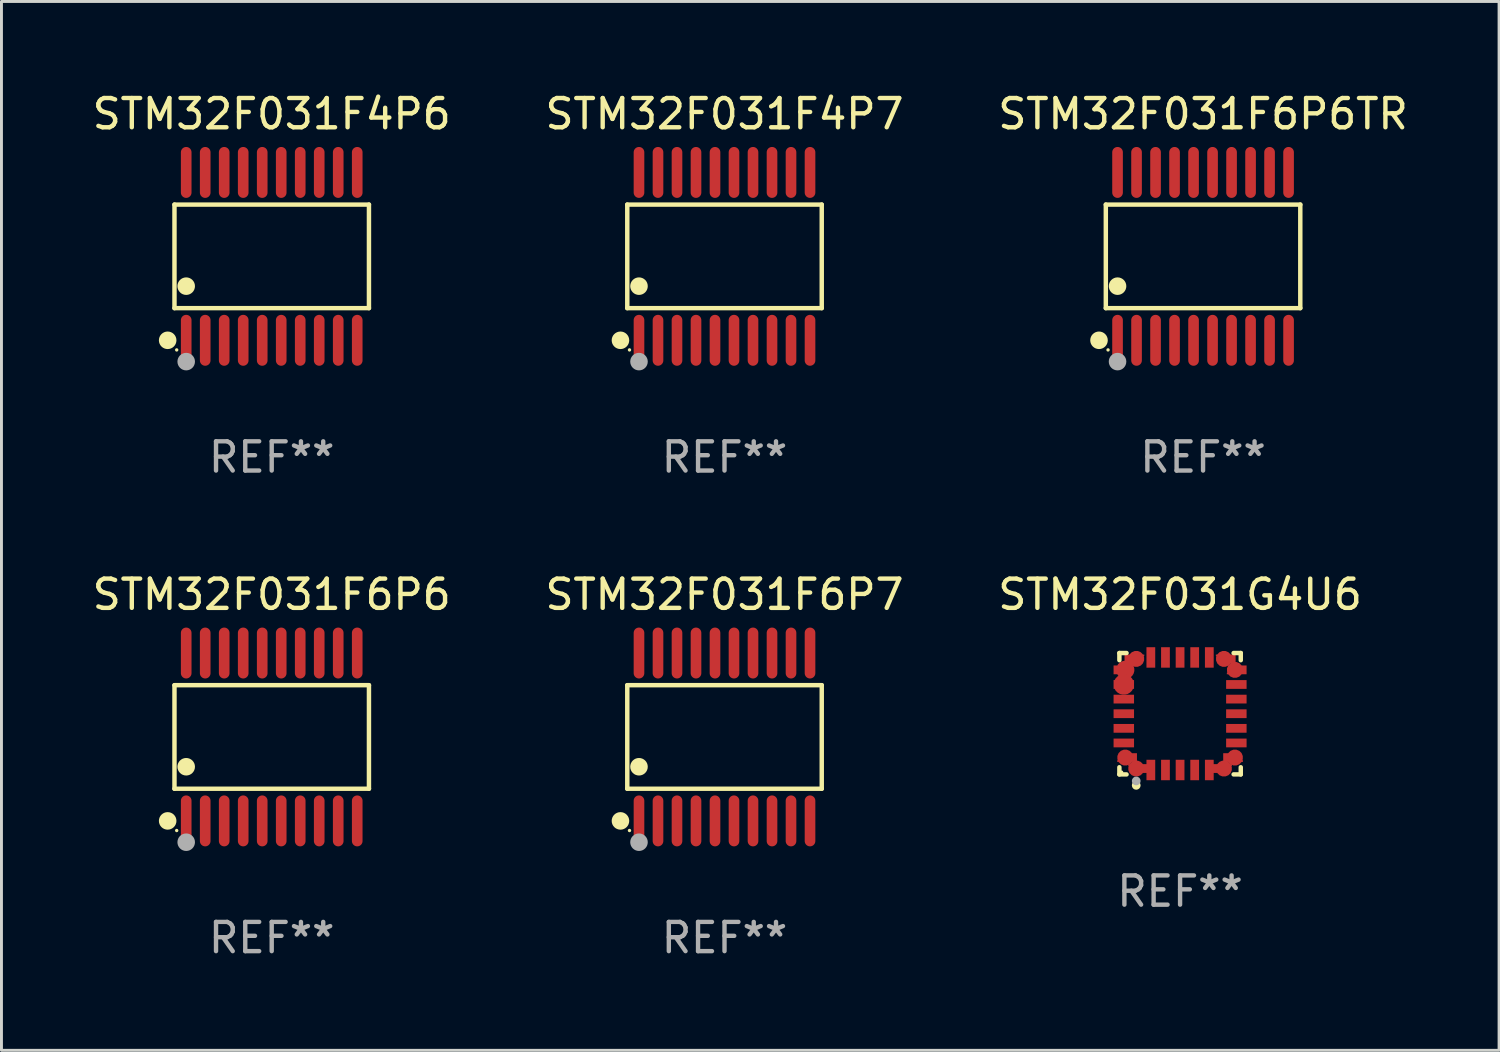
<source format=kicad_pcb>
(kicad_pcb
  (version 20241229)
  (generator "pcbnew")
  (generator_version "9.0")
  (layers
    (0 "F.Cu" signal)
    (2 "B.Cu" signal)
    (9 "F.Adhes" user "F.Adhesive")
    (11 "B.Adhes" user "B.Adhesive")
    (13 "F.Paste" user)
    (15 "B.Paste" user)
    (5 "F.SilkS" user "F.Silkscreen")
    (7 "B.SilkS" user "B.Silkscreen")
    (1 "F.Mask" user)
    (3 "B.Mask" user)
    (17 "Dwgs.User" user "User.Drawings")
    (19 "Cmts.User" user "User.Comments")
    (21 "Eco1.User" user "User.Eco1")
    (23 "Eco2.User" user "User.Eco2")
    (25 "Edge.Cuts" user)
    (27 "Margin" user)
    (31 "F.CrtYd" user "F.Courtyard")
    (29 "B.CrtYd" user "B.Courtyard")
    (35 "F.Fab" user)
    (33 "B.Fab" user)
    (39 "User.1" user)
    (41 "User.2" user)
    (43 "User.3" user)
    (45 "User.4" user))
  (footprint "STM32F031F4P7"
    (layer "F.Cu")
    (at 21.732 5.719)
    (property "Reference" "STM32F031F4P7" (at 0 -4.871 0) (layer "F.SilkS") (effects (font (size 1 1) (thickness 0.15))))
    (attr through_hole)
    (fp_line (start -3.326 -1.771) (end 3.326 -1.771) (stroke (width 0.152) (type solid)) (layer "F.SilkS"))
    (fp_line (start -3.326 1.771) (end -3.326 -1.771) (stroke (width 0.152) (type solid)) (layer "F.SilkS"))
    (fp_line (start 3.326 -1.771) (end 3.326 1.771) (stroke (width 0.152) (type solid)) (layer "F.SilkS"))
    (fp_line (start 3.326 1.771) (end -3.326 1.771) (stroke (width 0.152) (type solid)) (layer "F.SilkS"))
    (fp_circle (center -3.559 2.871) (end -3.409 2.871) (stroke (width 0.3) (type solid)) (fill no) (layer "F.SilkS"))
    (fp_circle (center -3.25 3.2) (end -3.22 3.2) (stroke (width 0.06) (type solid)) (fill no) (layer "F.SilkS"))
    (fp_circle (center -2.925 1.019) (end -2.775 1.019) (stroke (width 0.3) (type solid)) (fill no) (layer "F.SilkS"))
    (fp_circle (center -2.925 3.6) (end -2.775 3.6) (stroke (width 0.3) (type solid)) (fill no) (layer "F.Fab"))
    (fp_text user "REF**" (at 0 6.871 0) (layer "F.Fab") (effects (font (size 1 1) (thickness 0.15))))
    (pad "1" smd oval (at -2.925 2.871) (size 0.364 1.742) (layers "F.Cu" "F.Mask" "F.Paste"))
    (pad "2" smd oval (at -2.275 2.871) (size 0.364 1.742) (layers "F.Cu" "F.Mask" "F.Paste"))
    (pad "3" smd oval (at -1.625 2.871) (size 0.364 1.742) (layers "F.Cu" "F.Mask" "F.Paste"))
    (pad "4" smd oval (at -0.975 2.871) (size 0.364 1.742) (layers "F.Cu" "F.Mask" "F.Paste"))
    (pad "5" smd oval (at -0.325 2.871) (size 0.364 1.742) (layers "F.Cu" "F.Mask" "F.Paste"))
    (pad "6" smd oval (at 0.325 2.871) (size 0.364 1.742) (layers "F.Cu" "F.Mask" "F.Paste"))
    (pad "7" smd oval (at 0.975 2.871) (size 0.364 1.742) (layers "F.Cu" "F.Mask" "F.Paste"))
    (pad "8" smd oval (at 1.625 2.871) (size 0.364 1.742) (layers "F.Cu" "F.Mask" "F.Paste"))
    (pad "9" smd oval (at 2.275 2.871) (size 0.364 1.742) (layers "F.Cu" "F.Mask" "F.Paste"))
    (pad "10" smd oval (at 2.925 2.871) (size 0.364 1.742) (layers "F.Cu" "F.Mask" "F.Paste"))
    (pad "11" smd oval (at 2.925 -2.871) (size 0.364 1.742) (layers "F.Cu" "F.Mask" "F.Paste"))
    (pad "12" smd oval (at 2.275 -2.871) (size 0.364 1.742) (layers "F.Cu" "F.Mask" "F.Paste"))
    (pad "13" smd oval (at 1.625 -2.871) (size 0.364 1.742) (layers "F.Cu" "F.Mask" "F.Paste"))
    (pad "14" smd oval (at 0.975 -2.871) (size 0.364 1.742) (layers "F.Cu" "F.Mask" "F.Paste"))
    (pad "15" smd oval (at 0.325 -2.871) (size 0.364 1.742) (layers "F.Cu" "F.Mask" "F.Paste"))
    (pad "16" smd oval (at -0.325 -2.871) (size 0.364 1.742) (layers "F.Cu" "F.Mask" "F.Paste"))
    (pad "17" smd oval (at -0.975 -2.871) (size 0.364 1.742) (layers "F.Cu" "F.Mask" "F.Paste"))
    (pad "18" smd oval (at -1.625 -2.871) (size 0.364 1.742) (layers "F.Cu" "F.Mask" "F.Paste"))
    (pad "19" smd oval (at -2.275 -2.871) (size 0.364 1.742) (layers "F.Cu" "F.Mask" "F.Paste"))
    (pad "20" smd oval (at -2.925 -2.871) (size 0.364 1.742) (layers "F.Cu" "F.Mask" "F.Paste")))
  (footprint "STM32F031G4U6"
    (layer "F.Cu")
    (at 37.315 21.363)
    (property "Reference" "STM32F031G4U6" (at 0 -4.076 0) (layer "F.SilkS") (effects (font (size 1 1) (thickness 0.15))))
    (attr through_hole)
    (fp_line (start -2.076 -2.076) (end -1.831 -2.076) (stroke (width 0.152) (type solid)) (layer "F.SilkS"))
    (fp_line (start -2.076 -1.831) (end -2.076 -2.076) (stroke (width 0.152) (type solid)) (layer "F.SilkS"))
    (fp_line (start -2.076 1.831) (end -2.076 2.076) (stroke (width 0.152) (type solid)) (layer "F.SilkS"))
    (fp_line (start -2.076 2.076) (end -1.831 2.076) (stroke (width 0.152) (type solid)) (layer "F.SilkS"))
    (fp_line (start 2.076 -2.076) (end 1.831 -2.076) (stroke (width 0.152) (type solid)) (layer "F.SilkS"))
    (fp_line (start 2.076 -1.831) (end 2.076 -2.076) (stroke (width 0.152) (type solid)) (layer "F.SilkS"))
    (fp_line (start 2.076 1.831) (end 2.076 2.076) (stroke (width 0.152) (type solid)) (layer "F.SilkS"))
    (fp_line (start 2.076 2.076) (end 1.831 2.076) (stroke (width 0.152) (type solid)) (layer "F.SilkS"))
    (fp_circle (center -2 2) (end -1.97 2) (stroke (width 0.06) (type solid)) (fill no) (layer "F.SilkS"))
    (fp_circle (center -1.5 2.45) (end -1.425 2.45) (stroke (width 0.15) (type solid)) (fill no) (layer "F.SilkS"))
    (fp_circle (center -1.5 2.3) (end -1.425 2.3) (stroke (width 0.15) (type solid)) (fill no) (layer "F.Fab"))
    (fp_text user "REF**" (at 0 6.076 0) (layer "F.Fab") (effects (font (size 1 1) (thickness 0.15))))
    (pad "1" smd custom (at -1.5 1.875 90) (size 0.55 0.3) (layers "F.Cu" "F.Mask" "F.Paste") (options (anchor circle)) (primitives (gr_poly (pts (xy -0.15 -0.025) (xy -0.15 0.4) (xy 0.15 0.4) (xy 0.15 -0.275) (xy 0.1 -0.275)) (width 0) (fill yes))))
    (pad "2" smd rect (at -1 1.925) (size 0.3 0.7) (layers "F.Cu" "F.Mask" "F.Paste"))
    (pad "3" smd rect (at -0.5 1.925) (size 0.3 0.7) (layers "F.Cu" "F.Mask" "F.Paste"))
    (pad "4" smd rect (at 0 1.925) (size 0.3 0.7) (layers "F.Cu" "F.Mask" "F.Paste"))
    (pad "5" smd rect (at 0.5 1.925) (size 0.3 0.7) (layers "F.Cu" "F.Mask" "F.Paste"))
    (pad "6" smd rect (at 1 1.925) (size 0.3 0.7) (layers "F.Cu" "F.Mask" "F.Paste"))
    (pad "7" smd custom (at 1.5 1.875 270) (size 0.55 0.3) (layers "F.Cu" "F.Mask" "F.Paste") (options (anchor circle)) (primitives (gr_poly (pts (xy 0.15 -0.025) (xy 0.15 0.4) (xy -0.15 0.4) (xy -0.15 -0.275) (xy -0.1 -0.275)) (width 0) (fill yes))))
    (pad "8" smd custom (at 1.875 1.5 180) (size 0.55 0.3) (layers "F.Cu" "F.Mask" "F.Paste") (options (anchor circle)) (primitives (gr_poly (pts (xy -0.025 0.15) (xy 0.4 0.15) (xy 0.4 -0.15) (xy -0.275 -0.15) (xy -0.275 -0.1)) (width 0) (fill yes))))
    (pad "9" smd rect (at 1.925 1) (size 0.7 0.3) (layers "F.Cu" "F.Mask" "F.Paste"))
    (pad "10" smd rect (at 1.925 0.5) (size 0.7 0.3) (layers "F.Cu" "F.Mask" "F.Paste"))
    (pad "11" smd rect (at 1.925 0) (size 0.7 0.3) (layers "F.Cu" "F.Mask" "F.Paste"))
    (pad "12" smd rect (at 1.925 -0.5) (size 0.7 0.3) (layers "F.Cu" "F.Mask" "F.Paste"))
    (pad "13" smd rect (at 1.925 -1) (size 0.7 0.3) (layers "F.Cu" "F.Mask" "F.Paste"))
    (pad "14" smd custom (at 1.875 -1.5) (size 0.55 0.3) (layers "F.Cu" "F.Mask" "F.Paste") (options (anchor circle)) (primitives (gr_poly (pts (xy -0.025 -0.15) (xy 0.4 -0.15) (xy 0.4 0.15) (xy -0.275 0.15) (xy -0.275 0.1)) (width 0) (fill yes))))
    (pad "15" smd custom (at 1.5 -1.875 270) (size 0.55 0.3) (layers "F.Cu" "F.Mask" "F.Paste") (options (anchor circle)) (primitives (gr_poly (pts (xy 0.15 0.025) (xy 0.15 -0.4) (xy -0.15 -0.4) (xy -0.15 0.275) (xy -0.1 0.275)) (width 0) (fill yes))))
    (pad "16" smd rect (at 1 -1.925) (size 0.3 0.7) (layers "F.Cu" "F.Mask" "F.Paste"))
    (pad "17" smd rect (at 0.5 -1.925) (size 0.3 0.7) (layers "F.Cu" "F.Mask" "F.Paste"))
    (pad "18" smd rect (at 0 -1.925) (size 0.3 0.7) (layers "F.Cu" "F.Mask" "F.Paste"))
    (pad "19" smd rect (at -0.5 -1.925) (size 0.3 0.7) (layers "F.Cu" "F.Mask" "F.Paste"))
    (pad "20" smd rect (at -1 -1.925) (size 0.3 0.7) (layers "F.Cu" "F.Mask" "F.Paste"))
    (pad "21" smd custom (at -1.5 -1.875 90) (size 0.55 0.3) (layers "F.Cu" "F.Mask" "F.Paste") (options (anchor circle)) (primitives (gr_poly (pts (xy -0.15 0.025) (xy -0.15 -0.4) (xy 0.15 -0.4) (xy 0.15 0.275) (xy 0.1 0.275)) (width 0) (fill yes))))
    (pad "22" smd custom (at -1.875 -1.5) (size 0.625 0.3) (layers "F.Cu" "F.Mask" "F.Paste") (options (anchor circle)) (primitives (gr_poly (pts (xy 0.025 -0.15) (xy -0.4 -0.15) (xy -0.4 0.15) (xy 0.275 0.15) (xy 0.275 0.1)) (width 0) (fill yes))))
    (pad "23" smd custom (at -1.925 -1) (size 0.7 0.3) (layers "F.Cu" "F.Mask" "F.Paste") (options (anchor circle)) (primitives (gr_poly (pts (xy -0.35 -0.15) (xy 0.35 -0.15) (xy 0.35 0.15) (xy -0.35 0.15)) (width 0) (fill yes))))
    (pad "24" smd rect (at -1.925 -0.5) (size 0.7 0.3) (layers "F.Cu" "F.Mask" "F.Paste"))
    (pad "25" smd rect (at -1.925 0) (size 0.7 0.3) (layers "F.Cu" "F.Mask" "F.Paste"))
    (pad "26" smd rect (at -1.925 0.5) (size 0.7 0.3) (layers "F.Cu" "F.Mask" "F.Paste"))
    (pad "27" smd rect (at -1.925 1) (size 0.7 0.3) (layers "F.Cu" "F.Mask" "F.Paste"))
    (pad "28" smd custom (at -1.875 1.5 180) (size 0.55 0.3) (layers "F.Cu" "F.Mask" "F.Paste") (options (anchor circle)) (primitives (gr_poly (pts (xy 0.025 0.15) (xy -0.4 0.15) (xy -0.4 -0.15) (xy 0.275 -0.15) (xy 0.275 -0.1)) (width 0) (fill yes)))))
  (footprint "STM32F031F6P6"
    (layer "F.Cu")
    (at 6.244 22.158)
    (property "Reference" "STM32F031F6P6" (at 0 -4.871 0) (layer "F.SilkS") (effects (font (size 1 1) (thickness 0.15))))
    (attr through_hole)
    (fp_line (start -3.326 -1.771) (end 3.326 -1.771) (stroke (width 0.152) (type solid)) (layer "F.SilkS"))
    (fp_line (start -3.326 1.771) (end -3.326 -1.771) (stroke (width 0.152) (type solid)) (layer "F.SilkS"))
    (fp_line (start 3.326 -1.771) (end 3.326 1.771) (stroke (width 0.152) (type solid)) (layer "F.SilkS"))
    (fp_line (start 3.326 1.771) (end -3.326 1.771) (stroke (width 0.152) (type solid)) (layer "F.SilkS"))
    (fp_circle (center -3.559 2.871) (end -3.409 2.871) (stroke (width 0.3) (type solid)) (fill no) (layer "F.SilkS"))
    (fp_circle (center -3.25 3.2) (end -3.22 3.2) (stroke (width 0.06) (type solid)) (fill no) (layer "F.SilkS"))
    (fp_circle (center -2.925 1.019) (end -2.775 1.019) (stroke (width 0.3) (type solid)) (fill no) (layer "F.SilkS"))
    (fp_circle (center -2.925 3.6) (end -2.775 3.6) (stroke (width 0.3) (type solid)) (fill no) (layer "F.Fab"))
    (fp_text user "REF**" (at 0 6.871 0) (layer "F.Fab") (effects (font (size 1 1) (thickness 0.15))))
    (pad "1" smd oval (at -2.925 2.871) (size 0.364 1.742) (layers "F.Cu" "F.Mask" "F.Paste"))
    (pad "2" smd oval (at -2.275 2.871) (size 0.364 1.742) (layers "F.Cu" "F.Mask" "F.Paste"))
    (pad "3" smd oval (at -1.625 2.871) (size 0.364 1.742) (layers "F.Cu" "F.Mask" "F.Paste"))
    (pad "4" smd oval (at -0.975 2.871) (size 0.364 1.742) (layers "F.Cu" "F.Mask" "F.Paste"))
    (pad "5" smd oval (at -0.325 2.871) (size 0.364 1.742) (layers "F.Cu" "F.Mask" "F.Paste"))
    (pad "6" smd oval (at 0.325 2.871) (size 0.364 1.742) (layers "F.Cu" "F.Mask" "F.Paste"))
    (pad "7" smd oval (at 0.975 2.871) (size 0.364 1.742) (layers "F.Cu" "F.Mask" "F.Paste"))
    (pad "8" smd oval (at 1.625 2.871) (size 0.364 1.742) (layers "F.Cu" "F.Mask" "F.Paste"))
    (pad "9" smd oval (at 2.275 2.871) (size 0.364 1.742) (layers "F.Cu" "F.Mask" "F.Paste"))
    (pad "10" smd oval (at 2.925 2.871) (size 0.364 1.742) (layers "F.Cu" "F.Mask" "F.Paste"))
    (pad "11" smd oval (at 2.925 -2.871) (size 0.364 1.742) (layers "F.Cu" "F.Mask" "F.Paste"))
    (pad "12" smd oval (at 2.275 -2.871) (size 0.364 1.742) (layers "F.Cu" "F.Mask" "F.Paste"))
    (pad "13" smd oval (at 1.625 -2.871) (size 0.364 1.742) (layers "F.Cu" "F.Mask" "F.Paste"))
    (pad "14" smd oval (at 0.975 -2.871) (size 0.364 1.742) (layers "F.Cu" "F.Mask" "F.Paste"))
    (pad "15" smd oval (at 0.325 -2.871) (size 0.364 1.742) (layers "F.Cu" "F.Mask" "F.Paste"))
    (pad "16" smd oval (at -0.325 -2.871) (size 0.364 1.742) (layers "F.Cu" "F.Mask" "F.Paste"))
    (pad "17" smd oval (at -0.975 -2.871) (size 0.364 1.742) (layers "F.Cu" "F.Mask" "F.Paste"))
    (pad "18" smd oval (at -1.625 -2.871) (size 0.364 1.742) (layers "F.Cu" "F.Mask" "F.Paste"))
    (pad "19" smd oval (at -2.275 -2.871) (size 0.364 1.742) (layers "F.Cu" "F.Mask" "F.Paste"))
    (pad "20" smd oval (at -2.925 -2.871) (size 0.364 1.742) (layers "F.Cu" "F.Mask" "F.Paste")))
  (footprint "STM32F031F6P7"
    (layer "F.Cu")
    (at 21.732 22.158)
    (property "Reference" "STM32F031F6P7" (at 0 -4.871 0) (layer "F.SilkS") (effects (font (size 1 1) (thickness 0.15))))
    (attr through_hole)
    (fp_line (start -3.326 -1.771) (end 3.326 -1.771) (stroke (width 0.152) (type solid)) (layer "F.SilkS"))
    (fp_line (start -3.326 1.771) (end -3.326 -1.771) (stroke (width 0.152) (type solid)) (layer "F.SilkS"))
    (fp_line (start 3.326 -1.771) (end 3.326 1.771) (stroke (width 0.152) (type solid)) (layer "F.SilkS"))
    (fp_line (start 3.326 1.771) (end -3.326 1.771) (stroke (width 0.152) (type solid)) (layer "F.SilkS"))
    (fp_circle (center -3.559 2.871) (end -3.409 2.871) (stroke (width 0.3) (type solid)) (fill no) (layer "F.SilkS"))
    (fp_circle (center -3.25 3.2) (end -3.22 3.2) (stroke (width 0.06) (type solid)) (fill no) (layer "F.SilkS"))
    (fp_circle (center -2.925 1.019) (end -2.775 1.019) (stroke (width 0.3) (type solid)) (fill no) (layer "F.SilkS"))
    (fp_circle (center -2.925 3.6) (end -2.775 3.6) (stroke (width 0.3) (type solid)) (fill no) (layer "F.Fab"))
    (fp_text user "REF**" (at 0 6.871 0) (layer "F.Fab") (effects (font (size 1 1) (thickness 0.15))))
    (pad "1" smd oval (at -2.925 2.871) (size 0.364 1.742) (layers "F.Cu" "F.Mask" "F.Paste"))
    (pad "2" smd oval (at -2.275 2.871) (size 0.364 1.742) (layers "F.Cu" "F.Mask" "F.Paste"))
    (pad "3" smd oval (at -1.625 2.871) (size 0.364 1.742) (layers "F.Cu" "F.Mask" "F.Paste"))
    (pad "4" smd oval (at -0.975 2.871) (size 0.364 1.742) (layers "F.Cu" "F.Mask" "F.Paste"))
    (pad "5" smd oval (at -0.325 2.871) (size 0.364 1.742) (layers "F.Cu" "F.Mask" "F.Paste"))
    (pad "6" smd oval (at 0.325 2.871) (size 0.364 1.742) (layers "F.Cu" "F.Mask" "F.Paste"))
    (pad "7" smd oval (at 0.975 2.871) (size 0.364 1.742) (layers "F.Cu" "F.Mask" "F.Paste"))
    (pad "8" smd oval (at 1.625 2.871) (size 0.364 1.742) (layers "F.Cu" "F.Mask" "F.Paste"))
    (pad "9" smd oval (at 2.275 2.871) (size 0.364 1.742) (layers "F.Cu" "F.Mask" "F.Paste"))
    (pad "10" smd oval (at 2.925 2.871) (size 0.364 1.742) (layers "F.Cu" "F.Mask" "F.Paste"))
    (pad "11" smd oval (at 2.925 -2.871) (size 0.364 1.742) (layers "F.Cu" "F.Mask" "F.Paste"))
    (pad "12" smd oval (at 2.275 -2.871) (size 0.364 1.742) (layers "F.Cu" "F.Mask" "F.Paste"))
    (pad "13" smd oval (at 1.625 -2.871) (size 0.364 1.742) (layers "F.Cu" "F.Mask" "F.Paste"))
    (pad "14" smd oval (at 0.975 -2.871) (size 0.364 1.742) (layers "F.Cu" "F.Mask" "F.Paste"))
    (pad "15" smd oval (at 0.325 -2.871) (size 0.364 1.742) (layers "F.Cu" "F.Mask" "F.Paste"))
    (pad "16" smd oval (at -0.325 -2.871) (size 0.364 1.742) (layers "F.Cu" "F.Mask" "F.Paste"))
    (pad "17" smd oval (at -0.975 -2.871) (size 0.364 1.742) (layers "F.Cu" "F.Mask" "F.Paste"))
    (pad "18" smd oval (at -1.625 -2.871) (size 0.364 1.742) (layers "F.Cu" "F.Mask" "F.Paste"))
    (pad "19" smd oval (at -2.275 -2.871) (size 0.364 1.742) (layers "F.Cu" "F.Mask" "F.Paste"))
    (pad "20" smd oval (at -2.925 -2.871) (size 0.364 1.742) (layers "F.Cu" "F.Mask" "F.Paste")))
  (footprint "STM32F031F4P6"
    (layer "F.Cu")
    (at 6.244 5.719)
    (property "Reference" "STM32F031F4P6" (at 0 -4.871 0) (layer "F.SilkS") (effects (font (size 1 1) (thickness 0.15))))
    (attr through_hole)
    (fp_line (start -3.326 -1.771) (end 3.326 -1.771) (stroke (width 0.152) (type solid)) (layer "F.SilkS"))
    (fp_line (start -3.326 1.771) (end -3.326 -1.771) (stroke (width 0.152) (type solid)) (layer "F.SilkS"))
    (fp_line (start 3.326 -1.771) (end 3.326 1.771) (stroke (width 0.152) (type solid)) (layer "F.SilkS"))
    (fp_line (start 3.326 1.771) (end -3.326 1.771) (stroke (width 0.152) (type solid)) (layer "F.SilkS"))
    (fp_circle (center -3.559 2.871) (end -3.409 2.871) (stroke (width 0.3) (type solid)) (fill no) (layer "F.SilkS"))
    (fp_circle (center -3.25 3.2) (end -3.22 3.2) (stroke (width 0.06) (type solid)) (fill no) (layer "F.SilkS"))
    (fp_circle (center -2.925 1.019) (end -2.775 1.019) (stroke (width 0.3) (type solid)) (fill no) (layer "F.SilkS"))
    (fp_circle (center -2.925 3.6) (end -2.775 3.6) (stroke (width 0.3) (type solid)) (fill no) (layer "F.Fab"))
    (fp_text user "REF**" (at 0 6.871 0) (layer "F.Fab") (effects (font (size 1 1) (thickness 0.15))))
    (pad "1" smd oval (at -2.925 2.871) (size 0.364 1.742) (layers "F.Cu" "F.Mask" "F.Paste"))
    (pad "2" smd oval (at -2.275 2.871) (size 0.364 1.742) (layers "F.Cu" "F.Mask" "F.Paste"))
    (pad "3" smd oval (at -1.625 2.871) (size 0.364 1.742) (layers "F.Cu" "F.Mask" "F.Paste"))
    (pad "4" smd oval (at -0.975 2.871) (size 0.364 1.742) (layers "F.Cu" "F.Mask" "F.Paste"))
    (pad "5" smd oval (at -0.325 2.871) (size 0.364 1.742) (layers "F.Cu" "F.Mask" "F.Paste"))
    (pad "6" smd oval (at 0.325 2.871) (size 0.364 1.742) (layers "F.Cu" "F.Mask" "F.Paste"))
    (pad "7" smd oval (at 0.975 2.871) (size 0.364 1.742) (layers "F.Cu" "F.Mask" "F.Paste"))
    (pad "8" smd oval (at 1.625 2.871) (size 0.364 1.742) (layers "F.Cu" "F.Mask" "F.Paste"))
    (pad "9" smd oval (at 2.275 2.871) (size 0.364 1.742) (layers "F.Cu" "F.Mask" "F.Paste"))
    (pad "10" smd oval (at 2.925 2.871) (size 0.364 1.742) (layers "F.Cu" "F.Mask" "F.Paste"))
    (pad "11" smd oval (at 2.925 -2.871) (size 0.364 1.742) (layers "F.Cu" "F.Mask" "F.Paste"))
    (pad "12" smd oval (at 2.275 -2.871) (size 0.364 1.742) (layers "F.Cu" "F.Mask" "F.Paste"))
    (pad "13" smd oval (at 1.625 -2.871) (size 0.364 1.742) (layers "F.Cu" "F.Mask" "F.Paste"))
    (pad "14" smd oval (at 0.975 -2.871) (size 0.364 1.742) (layers "F.Cu" "F.Mask" "F.Paste"))
    (pad "15" smd oval (at 0.325 -2.871) (size 0.364 1.742) (layers "F.Cu" "F.Mask" "F.Paste"))
    (pad "16" smd oval (at -0.325 -2.871) (size 0.364 1.742) (layers "F.Cu" "F.Mask" "F.Paste"))
    (pad "17" smd oval (at -0.975 -2.871) (size 0.364 1.742) (layers "F.Cu" "F.Mask" "F.Paste"))
    (pad "18" smd oval (at -1.625 -2.871) (size 0.364 1.742) (layers "F.Cu" "F.Mask" "F.Paste"))
    (pad "19" smd oval (at -2.275 -2.871) (size 0.364 1.742) (layers "F.Cu" "F.Mask" "F.Paste"))
    (pad "20" smd oval (at -2.925 -2.871) (size 0.364 1.742) (layers "F.Cu" "F.Mask" "F.Paste")))
  (footprint "STM32F031F6P6TR"
    (layer "F.Cu")
    (at 38.101 5.719)
    (property "Reference" "STM32F031F6P6TR" (at 0 -4.871 0) (layer "F.SilkS") (effects (font (size 1 1) (thickness 0.15))))
    (attr through_hole)
    (fp_line (start -3.326 -1.771) (end 3.326 -1.771) (stroke (width 0.152) (type solid)) (layer "F.SilkS"))
    (fp_line (start -3.326 1.771) (end -3.326 -1.771) (stroke (width 0.152) (type solid)) (layer "F.SilkS"))
    (fp_line (start 3.326 -1.771) (end 3.326 1.771) (stroke (width 0.152) (type solid)) (layer "F.SilkS"))
    (fp_line (start 3.326 1.771) (end -3.326 1.771) (stroke (width 0.152) (type solid)) (layer "F.SilkS"))
    (fp_circle (center -3.559 2.871) (end -3.409 2.871) (stroke (width 0.3) (type solid)) (fill no) (layer "F.SilkS"))
    (fp_circle (center -3.25 3.2) (end -3.22 3.2) (stroke (width 0.06) (type solid)) (fill no) (layer "F.SilkS"))
    (fp_circle (center -2.925 1.019) (end -2.775 1.019) (stroke (width 0.3) (type solid)) (fill no) (layer "F.SilkS"))
    (fp_circle (center -2.925 3.6) (end -2.775 3.6) (stroke (width 0.3) (type solid)) (fill no) (layer "F.Fab"))
    (fp_text user "REF**" (at 0 6.871 0) (layer "F.Fab") (effects (font (size 1 1) (thickness 0.15))))
    (pad "1" smd oval (at -2.925 2.871) (size 0.364 1.742) (layers "F.Cu" "F.Mask" "F.Paste"))
    (pad "2" smd oval (at -2.275 2.871) (size 0.364 1.742) (layers "F.Cu" "F.Mask" "F.Paste"))
    (pad "3" smd oval (at -1.625 2.871) (size 0.364 1.742) (layers "F.Cu" "F.Mask" "F.Paste"))
    (pad "4" smd oval (at -0.975 2.871) (size 0.364 1.742) (layers "F.Cu" "F.Mask" "F.Paste"))
    (pad "5" smd oval (at -0.325 2.871) (size 0.364 1.742) (layers "F.Cu" "F.Mask" "F.Paste"))
    (pad "6" smd oval (at 0.325 2.871) (size 0.364 1.742) (layers "F.Cu" "F.Mask" "F.Paste"))
    (pad "7" smd oval (at 0.975 2.871) (size 0.364 1.742) (layers "F.Cu" "F.Mask" "F.Paste"))
    (pad "8" smd oval (at 1.625 2.871) (size 0.364 1.742) (layers "F.Cu" "F.Mask" "F.Paste"))
    (pad "9" smd oval (at 2.275 2.871) (size 0.364 1.742) (layers "F.Cu" "F.Mask" "F.Paste"))
    (pad "10" smd oval (at 2.925 2.871) (size 0.364 1.742) (layers "F.Cu" "F.Mask" "F.Paste"))
    (pad "11" smd oval (at 2.925 -2.871) (size 0.364 1.742) (layers "F.Cu" "F.Mask" "F.Paste"))
    (pad "12" smd oval (at 2.275 -2.871) (size 0.364 1.742) (layers "F.Cu" "F.Mask" "F.Paste"))
    (pad "13" smd oval (at 1.625 -2.871) (size 0.364 1.742) (layers "F.Cu" "F.Mask" "F.Paste"))
    (pad "14" smd oval (at 0.975 -2.871) (size 0.364 1.742) (layers "F.Cu" "F.Mask" "F.Paste"))
    (pad "15" smd oval (at 0.325 -2.871) (size 0.364 1.742) (layers "F.Cu" "F.Mask" "F.Paste"))
    (pad "16" smd oval (at -0.325 -2.871) (size 0.364 1.742) (layers "F.Cu" "F.Mask" "F.Paste"))
    (pad "17" smd oval (at -0.975 -2.871) (size 0.364 1.742) (layers "F.Cu" "F.Mask" "F.Paste"))
    (pad "18" smd oval (at -1.625 -2.871) (size 0.364 1.742) (layers "F.Cu" "F.Mask" "F.Paste"))
    (pad "19" smd oval (at -2.275 -2.871) (size 0.364 1.742) (layers "F.Cu" "F.Mask" "F.Paste"))
    (pad "20" smd oval (at -2.925 -2.871) (size 0.364 1.742) (layers "F.Cu" "F.Mask" "F.Paste")))
  (gr_rect
    (start -3 -3)
    (end 48.226 32.877)
    (stroke (width 0.1) (type default))
    (fill no)
    (layer "Edge.Cuts")))
</source>
